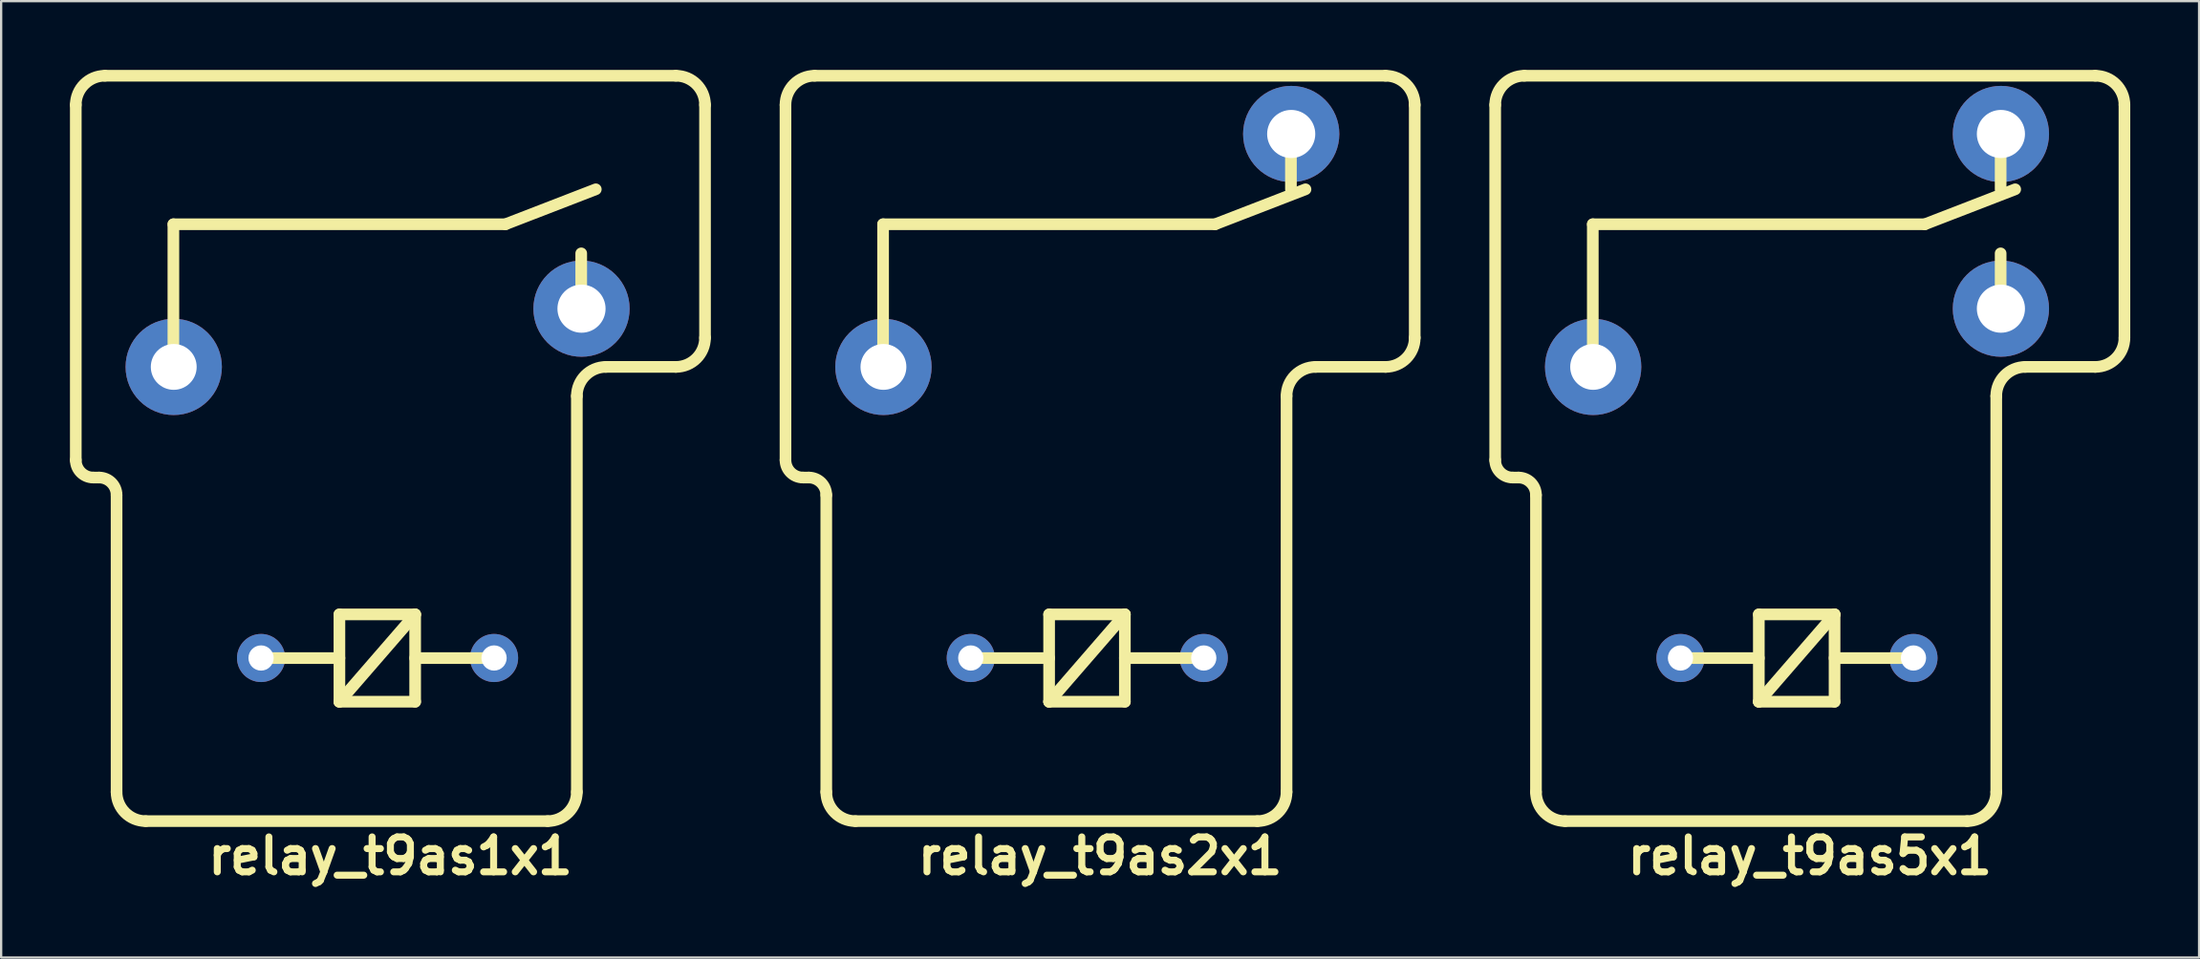
<source format=kicad_pcb>
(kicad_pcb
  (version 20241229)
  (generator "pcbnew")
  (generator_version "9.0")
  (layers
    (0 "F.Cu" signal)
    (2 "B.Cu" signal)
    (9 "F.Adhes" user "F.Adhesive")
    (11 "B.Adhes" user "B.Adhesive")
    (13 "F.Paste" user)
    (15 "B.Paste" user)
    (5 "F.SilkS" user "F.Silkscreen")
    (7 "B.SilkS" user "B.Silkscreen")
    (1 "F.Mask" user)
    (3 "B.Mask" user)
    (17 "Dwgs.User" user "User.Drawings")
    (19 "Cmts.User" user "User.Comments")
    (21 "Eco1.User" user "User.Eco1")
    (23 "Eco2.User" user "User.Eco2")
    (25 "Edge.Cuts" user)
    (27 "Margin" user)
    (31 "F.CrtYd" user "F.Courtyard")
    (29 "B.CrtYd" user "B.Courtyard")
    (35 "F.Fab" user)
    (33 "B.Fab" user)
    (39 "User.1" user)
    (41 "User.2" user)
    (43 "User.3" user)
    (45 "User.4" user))
  (footprint "relay_t9as2x1"
    (layer "F.Cu")
    (at 44.91 16.51)
    (property "Reference" "relay_t9as2x1" (at 0 17.78 0) (layer "F.SilkS") (effects (font (size 1.524 1.524) (thickness 0.305))))
    (attr through_hole)
    (fp_line (start -13.716 -14.986) (end -13.716 0.508) (stroke (width 0.508) (type solid)) (layer "F.SilkS"))
    (fp_line (start -12.954 1.27) (end -12.7 1.27) (stroke (width 0.508) (type solid)) (layer "F.SilkS"))
    (fp_line (start -11.938 2.032) (end -11.938 14.986) (stroke (width 0.508) (type solid)) (layer "F.SilkS"))
    (fp_line (start -10.668 16.256) (end 6.858 16.256) (stroke (width 0.508) (type solid)) (layer "F.SilkS"))
    (fp_line (start -9.461 -9.779) (end -9.461 -3.556) (stroke (width 0.508) (type solid)) (layer "F.SilkS"))
    (fp_line (start -9.461 -3.556) (end -9.461 -3.619) (stroke (width 0.508) (type solid)) (layer "F.SilkS"))
    (fp_line (start -2.223 7.239) (end 1.079 7.239) (stroke (width 0.508) (type solid)) (layer "F.SilkS"))
    (fp_line (start -2.223 9.144) (end -5.715 9.144) (stroke (width 0.508) (type solid)) (layer "F.SilkS"))
    (fp_line (start -2.223 11.049) (end -2.223 7.239) (stroke (width 0.508) (type solid)) (layer "F.SilkS"))
    (fp_line (start -2.223 11.049) (end 1.079 7.239) (stroke (width 0.508) (type solid)) (layer "F.SilkS"))
    (fp_line (start 1.079 7.239) (end 1.079 11.049) (stroke (width 0.508) (type solid)) (layer "F.SilkS"))
    (fp_line (start 1.079 11.049) (end -2.223 11.049) (stroke (width 0.508) (type solid)) (layer "F.SilkS"))
    (fp_line (start 4.572 9.144) (end 1.079 9.144) (stroke (width 0.508) (type solid)) (layer "F.SilkS"))
    (fp_line (start 5.016 -9.779) (end -9.461 -9.779) (stroke (width 0.508) (type solid)) (layer "F.SilkS"))
    (fp_line (start 5.016 -9.779) (end 8.954 -11.303) (stroke (width 0.508) (type solid)) (layer "F.SilkS"))
    (fp_line (start 8.128 14.986) (end 8.128 -2.286) (stroke (width 0.508) (type solid)) (layer "F.SilkS"))
    (fp_line (start 8.319 -13.716) (end 8.319 -11.303) (stroke (width 0.508) (type solid)) (layer "F.SilkS"))
    (fp_line (start 9.398 -3.556) (end 12.446 -3.556) (stroke (width 0.508) (type solid)) (layer "F.SilkS"))
    (fp_line (start 12.446 -16.256) (end -12.446 -16.256) (stroke (width 0.508) (type solid)) (layer "F.SilkS"))
    (fp_line (start 13.716 -4.826) (end 13.716 -14.986) (stroke (width 0.508) (type solid)) (layer "F.SilkS"))
    (fp_arc (start -13.716 -14.986) (mid -13.344026 -15.884026) (end -12.446 -16.256) (stroke (width 0.508) (type solid)) (layer "F.SilkS"))
    (fp_arc (start -12.954 1.27) (mid -13.492815 1.046815) (end -13.716 0.508) (stroke (width 0.508) (type solid)) (layer "F.SilkS"))
    (fp_arc (start -12.7 1.27) (mid -12.161185 1.493185) (end -11.938 2.032) (stroke (width 0.508) (type solid)) (layer "F.SilkS"))
    (fp_arc (start -10.668 16.256) (mid -11.566026 15.884026) (end -11.938 14.986) (stroke (width 0.508) (type solid)) (layer "F.SilkS"))
    (fp_arc (start 8.128 -2.286) (mid 8.499974 -3.184026) (end 9.398 -3.556) (stroke (width 0.508) (type solid)) (layer "F.SilkS"))
    (fp_arc (start 8.128 14.986) (mid 7.756026 15.884026) (end 6.858 16.256) (stroke (width 0.508) (type solid)) (layer "F.SilkS"))
    (fp_arc (start 12.446 -16.256) (mid 13.344026 -15.884026) (end 13.716 -14.986) (stroke (width 0.508) (type solid)) (layer "F.SilkS"))
    (fp_arc (start 13.716 -4.826) (mid 13.344026 -3.927974) (end 12.446 -3.556) (stroke (width 0.508) (type solid)) (layer "F.SilkS"))
    (pad "1" thru_hole circle (at -5.639 9.141) (size 2.098 2.098) (drill 1.1) (layers "*.Cu"))
    (pad "2" thru_hole circle (at 4.519 9.141) (size 2.098 2.098) (drill 1.1) (layers "*.Cu"))
    (pad "3" thru_hole circle (at -9.446 -3.556) (size 4.199 4.199) (drill 1.999) (layers "*.Cu"))
    (pad "5" thru_hole circle (at 8.331 -13.716) (size 4.196 4.196) (drill 2.098) (layers "*.Cu")))
  (footprint "relay_t9as1x1"
    (layer "F.Cu")
    (at 13.97 16.51)
    (property "Reference" "relay_t9as1x1" (at 0 17.78 0) (layer "F.SilkS") (effects (font (size 1.524 1.524) (thickness 0.305))))
    (attr through_hole)
    (fp_line (start -13.716 -14.986) (end -13.716 0.508) (stroke (width 0.508) (type solid)) (layer "F.SilkS"))
    (fp_line (start -12.954 1.27) (end -12.7 1.27) (stroke (width 0.508) (type solid)) (layer "F.SilkS"))
    (fp_line (start -11.938 2.032) (end -11.938 14.986) (stroke (width 0.508) (type solid)) (layer "F.SilkS"))
    (fp_line (start -10.668 16.256) (end 6.858 16.256) (stroke (width 0.508) (type solid)) (layer "F.SilkS"))
    (fp_line (start -9.461 -9.779) (end -9.461 -3.556) (stroke (width 0.508) (type solid)) (layer "F.SilkS"))
    (fp_line (start -9.461 -3.556) (end -9.461 -3.619) (stroke (width 0.508) (type solid)) (layer "F.SilkS"))
    (fp_line (start -2.223 7.239) (end 1.079 7.239) (stroke (width 0.508) (type solid)) (layer "F.SilkS"))
    (fp_line (start -2.223 9.144) (end -5.715 9.144) (stroke (width 0.508) (type solid)) (layer "F.SilkS"))
    (fp_line (start -2.223 11.049) (end -2.223 7.239) (stroke (width 0.508) (type solid)) (layer "F.SilkS"))
    (fp_line (start -2.223 11.049) (end 1.079 7.239) (stroke (width 0.508) (type solid)) (layer "F.SilkS"))
    (fp_line (start 1.079 7.239) (end 1.079 11.049) (stroke (width 0.508) (type solid)) (layer "F.SilkS"))
    (fp_line (start 1.079 11.049) (end -2.223 11.049) (stroke (width 0.508) (type solid)) (layer "F.SilkS"))
    (fp_line (start 4.572 9.144) (end 1.079 9.144) (stroke (width 0.508) (type solid)) (layer "F.SilkS"))
    (fp_line (start 5.016 -9.779) (end -9.461 -9.779) (stroke (width 0.508) (type solid)) (layer "F.SilkS"))
    (fp_line (start 5.016 -9.779) (end 8.954 -11.303) (stroke (width 0.508) (type solid)) (layer "F.SilkS"))
    (fp_line (start 8.128 14.986) (end 8.128 -2.286) (stroke (width 0.508) (type solid)) (layer "F.SilkS"))
    (fp_line (start 8.319 -6.096) (end 8.319 -8.509) (stroke (width 0.508) (type solid)) (layer "F.SilkS"))
    (fp_line (start 9.398 -3.556) (end 12.446 -3.556) (stroke (width 0.508) (type solid)) (layer "F.SilkS"))
    (fp_line (start 12.446 -16.256) (end -12.446 -16.256) (stroke (width 0.508) (type solid)) (layer "F.SilkS"))
    (fp_line (start 13.716 -4.826) (end 13.716 -14.986) (stroke (width 0.508) (type solid)) (layer "F.SilkS"))
    (fp_arc (start -13.716 -14.986) (mid -13.344026 -15.884026) (end -12.446 -16.256) (stroke (width 0.508) (type solid)) (layer "F.SilkS"))
    (fp_arc (start -12.954 1.27) (mid -13.492815 1.046815) (end -13.716 0.508) (stroke (width 0.508) (type solid)) (layer "F.SilkS"))
    (fp_arc (start -12.7 1.27) (mid -12.161185 1.493185) (end -11.938 2.032) (stroke (width 0.508) (type solid)) (layer "F.SilkS"))
    (fp_arc (start -10.668 16.256) (mid -11.566026 15.884026) (end -11.938 14.986) (stroke (width 0.508) (type solid)) (layer "F.SilkS"))
    (fp_arc (start 8.128 -2.286) (mid 8.499974 -3.184026) (end 9.398 -3.556) (stroke (width 0.508) (type solid)) (layer "F.SilkS"))
    (fp_arc (start 8.128 14.986) (mid 7.756026 15.884026) (end 6.858 16.256) (stroke (width 0.508) (type solid)) (layer "F.SilkS"))
    (fp_arc (start 12.446 -16.256) (mid 13.344026 -15.884026) (end 13.716 -14.986) (stroke (width 0.508) (type solid)) (layer "F.SilkS"))
    (fp_arc (start 13.716 -4.826) (mid 13.344026 -3.927974) (end 12.446 -3.556) (stroke (width 0.508) (type solid)) (layer "F.SilkS"))
    (pad "1" thru_hole circle (at -5.639 9.141) (size 2.098 2.098) (drill 1.1) (layers "*.Cu"))
    (pad "2" thru_hole circle (at 4.519 9.141) (size 2.098 2.098) (drill 1.1) (layers "*.Cu"))
    (pad "3" thru_hole circle (at -9.446 -3.556) (size 4.199 4.199) (drill 1.999) (layers "*.Cu"))
    (pad "4" thru_hole circle (at 8.331 -6.096) (size 4.196 4.196) (drill 2.098) (layers "*.Cu")))
  (footprint "relay_t9as5x1"
    (layer "F.Cu")
    (at 75.85 16.51)
    (property "Reference" "relay_t9as5x1" (at 0 17.78 0) (layer "F.SilkS") (effects (font (size 1.524 1.524) (thickness 0.305))))
    (attr through_hole)
    (fp_line (start -13.716 -14.986) (end -13.716 0.508) (stroke (width 0.508) (type solid)) (layer "F.SilkS"))
    (fp_line (start -12.954 1.27) (end -12.7 1.27) (stroke (width 0.508) (type solid)) (layer "F.SilkS"))
    (fp_line (start -11.938 2.032) (end -11.938 14.986) (stroke (width 0.508) (type solid)) (layer "F.SilkS"))
    (fp_line (start -10.668 16.256) (end 6.858 16.256) (stroke (width 0.508) (type solid)) (layer "F.SilkS"))
    (fp_line (start -9.461 -9.779) (end -9.461 -3.556) (stroke (width 0.508) (type solid)) (layer "F.SilkS"))
    (fp_line (start -9.461 -3.556) (end -9.461 -3.619) (stroke (width 0.508) (type solid)) (layer "F.SilkS"))
    (fp_line (start -2.223 7.239) (end 1.079 7.239) (stroke (width 0.508) (type solid)) (layer "F.SilkS"))
    (fp_line (start -2.223 9.144) (end -5.715 9.144) (stroke (width 0.508) (type solid)) (layer "F.SilkS"))
    (fp_line (start -2.223 11.049) (end -2.223 7.239) (stroke (width 0.508) (type solid)) (layer "F.SilkS"))
    (fp_line (start -2.223 11.049) (end 1.079 7.239) (stroke (width 0.508) (type solid)) (layer "F.SilkS"))
    (fp_line (start 1.079 7.239) (end 1.079 11.049) (stroke (width 0.508) (type solid)) (layer "F.SilkS"))
    (fp_line (start 1.079 11.049) (end -2.223 11.049) (stroke (width 0.508) (type solid)) (layer "F.SilkS"))
    (fp_line (start 4.572 9.144) (end 1.079 9.144) (stroke (width 0.508) (type solid)) (layer "F.SilkS"))
    (fp_line (start 5.016 -9.779) (end -9.461 -9.779) (stroke (width 0.508) (type solid)) (layer "F.SilkS"))
    (fp_line (start 5.016 -9.779) (end 8.954 -11.303) (stroke (width 0.508) (type solid)) (layer "F.SilkS"))
    (fp_line (start 8.128 14.986) (end 8.128 -2.286) (stroke (width 0.508) (type solid)) (layer "F.SilkS"))
    (fp_line (start 8.319 -13.716) (end 8.319 -11.303) (stroke (width 0.508) (type solid)) (layer "F.SilkS"))
    (fp_line (start 8.319 -6.096) (end 8.319 -8.509) (stroke (width 0.508) (type solid)) (layer "F.SilkS"))
    (fp_line (start 9.398 -3.556) (end 12.446 -3.556) (stroke (width 0.508) (type solid)) (layer "F.SilkS"))
    (fp_line (start 12.446 -16.256) (end -12.446 -16.256) (stroke (width 0.508) (type solid)) (layer "F.SilkS"))
    (fp_line (start 13.716 -4.826) (end 13.716 -14.986) (stroke (width 0.508) (type solid)) (layer "F.SilkS"))
    (fp_arc (start -13.716 -14.986) (mid -13.344026 -15.884026) (end -12.446 -16.256) (stroke (width 0.508) (type solid)) (layer "F.SilkS"))
    (fp_arc (start -12.954 1.27) (mid -13.492815 1.046815) (end -13.716 0.508) (stroke (width 0.508) (type solid)) (layer "F.SilkS"))
    (fp_arc (start -12.7 1.27) (mid -12.161185 1.493185) (end -11.938 2.032) (stroke (width 0.508) (type solid)) (layer "F.SilkS"))
    (fp_arc (start -10.668 16.256) (mid -11.566026 15.884026) (end -11.938 14.986) (stroke (width 0.508) (type solid)) (layer "F.SilkS"))
    (fp_arc (start 8.128 -2.286) (mid 8.499974 -3.184026) (end 9.398 -3.556) (stroke (width 0.508) (type solid)) (layer "F.SilkS"))
    (fp_arc (start 8.128 14.986) (mid 7.756026 15.884026) (end 6.858 16.256) (stroke (width 0.508) (type solid)) (layer "F.SilkS"))
    (fp_arc (start 12.446 -16.256) (mid 13.344026 -15.884026) (end 13.716 -14.986) (stroke (width 0.508) (type solid)) (layer "F.SilkS"))
    (fp_arc (start 13.716 -4.826) (mid 13.344026 -3.927974) (end 12.446 -3.556) (stroke (width 0.508) (type solid)) (layer "F.SilkS"))
    (pad "1" thru_hole circle (at -5.639 9.141) (size 2.098 2.098) (drill 1.1) (layers "*.Cu"))
    (pad "2" thru_hole circle (at 4.519 9.141) (size 2.098 2.098) (drill 1.1) (layers "*.Cu"))
    (pad "3" thru_hole circle (at -9.446 -3.556) (size 4.199 4.199) (drill 1.999) (layers "*.Cu"))
    (pad "4" thru_hole circle (at 8.331 -6.096) (size 4.196 4.196) (drill 2.098) (layers "*.Cu"))
    (pad "5" thru_hole circle (at 8.331 -13.716) (size 4.196 4.196) (drill 2.098) (layers "*.Cu")))
  (gr_rect
    (start -3 -3)
    (end 92.82 38.716)
    (stroke (width 0.1) (type default))
    (fill no)
    (layer "Edge.Cuts")))
</source>
